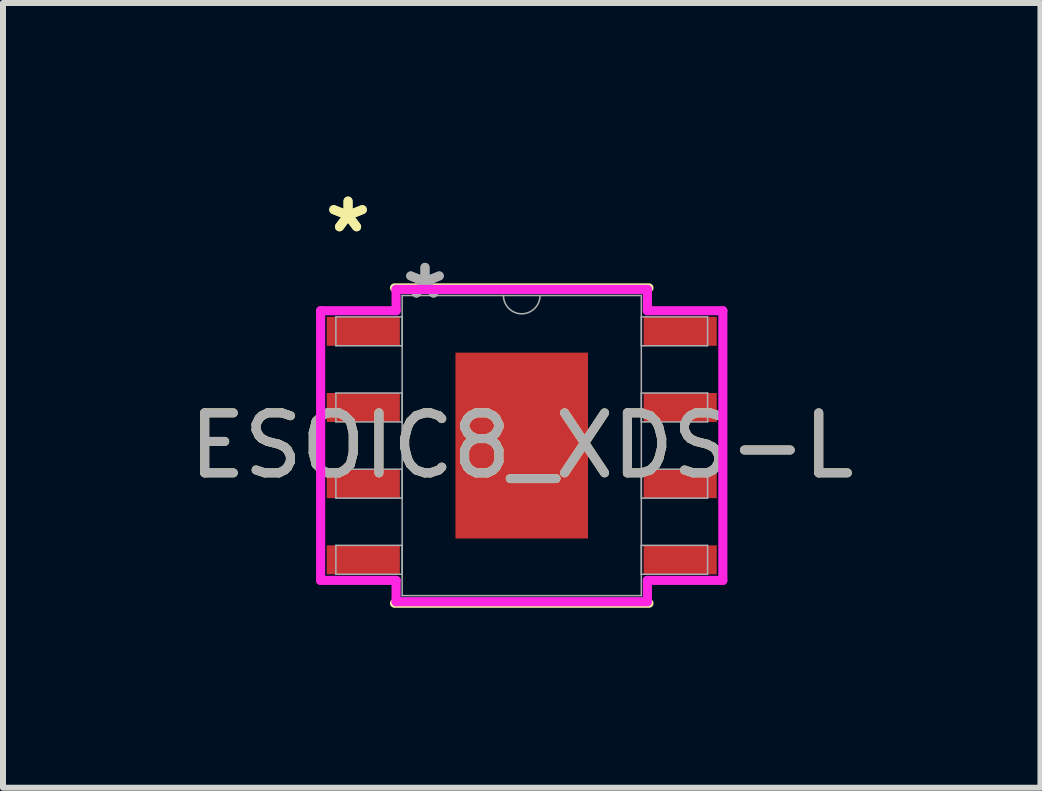
<source format=kicad_pcb>
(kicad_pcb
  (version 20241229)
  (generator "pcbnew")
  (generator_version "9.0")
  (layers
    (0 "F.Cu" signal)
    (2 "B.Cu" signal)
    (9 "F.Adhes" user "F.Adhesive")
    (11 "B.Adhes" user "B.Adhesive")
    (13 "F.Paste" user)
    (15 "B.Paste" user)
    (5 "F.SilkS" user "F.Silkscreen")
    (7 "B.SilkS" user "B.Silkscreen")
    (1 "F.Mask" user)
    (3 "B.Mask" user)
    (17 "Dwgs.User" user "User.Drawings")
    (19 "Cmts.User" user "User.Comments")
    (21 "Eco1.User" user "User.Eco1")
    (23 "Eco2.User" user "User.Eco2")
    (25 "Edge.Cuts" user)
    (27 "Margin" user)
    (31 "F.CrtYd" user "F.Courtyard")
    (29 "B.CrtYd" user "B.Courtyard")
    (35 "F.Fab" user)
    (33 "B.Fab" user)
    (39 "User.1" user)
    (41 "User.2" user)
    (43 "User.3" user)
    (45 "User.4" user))
  (footprint "ESOIC8_XDS-L"
    (layer "F.Cu")
    (at 5.649 4.379)
    (property "Reference" "ESOIC8_XDS-L" (at 0 0 0) (unlocked yes) (layer "F.SilkS") (effects (font (size 1 1) (thickness 0.15))))
    (attr smd)
    (fp_line (start -2.121 2.629) (end 2.121 2.629) (stroke (width 0.152) (type solid)) (layer "F.SilkS"))
    (fp_line (start 2.121 -2.629) (end -2.121 -2.629) (stroke (width 0.152) (type solid)) (layer "F.SilkS"))
    (fp_poly (pts (xy -1.005 -1.449) (xy -1.005 -0.1) (xy 1.005 -0.1) (xy 1.005 -1.449)) (stroke (width 0) (type solid)) (fill yes) (layer "F.Paste"))
    (fp_poly (pts (xy -1.005 0.1) (xy -1.005 1.449) (xy 1.005 1.449) (xy 1.005 0.1)) (stroke (width 0) (type solid)) (fill yes) (layer "F.Paste"))
    (fp_line (start -3.353 -2.248) (end -2.095 -2.248) (stroke (width 0.152) (type solid)) (layer "F.CrtYd"))
    (fp_line (start -3.353 2.248) (end -3.353 -2.248) (stroke (width 0.152) (type solid)) (layer "F.CrtYd"))
    (fp_line (start -3.353 2.248) (end -2.095 2.248) (stroke (width 0.152) (type solid)) (layer "F.CrtYd"))
    (fp_line (start -2.095 -2.603) (end 2.095 -2.603) (stroke (width 0.152) (type solid)) (layer "F.CrtYd"))
    (fp_line (start -2.095 -2.248) (end -2.095 -2.603) (stroke (width 0.152) (type solid)) (layer "F.CrtYd"))
    (fp_line (start -2.095 2.603) (end -2.095 2.248) (stroke (width 0.152) (type solid)) (layer "F.CrtYd"))
    (fp_line (start 2.095 -2.603) (end 2.095 -2.248) (stroke (width 0.152) (type solid)) (layer "F.CrtYd"))
    (fp_line (start 2.095 2.248) (end 2.095 2.603) (stroke (width 0.152) (type solid)) (layer "F.CrtYd"))
    (fp_line (start 2.095 2.603) (end -2.095 2.603) (stroke (width 0.152) (type solid)) (layer "F.CrtYd"))
    (fp_line (start 3.353 -2.248) (end 2.095 -2.248) (stroke (width 0.152) (type solid)) (layer "F.CrtYd"))
    (fp_line (start 3.353 -2.248) (end 3.353 2.248) (stroke (width 0.152) (type solid)) (layer "F.CrtYd"))
    (fp_line (start 3.353 2.248) (end 2.095 2.248) (stroke (width 0.152) (type solid)) (layer "F.CrtYd"))
    (fp_line (start -3.099 -2.146) (end -3.099 -1.664) (stroke (width 0.025) (type solid)) (layer "F.Fab"))
    (fp_line (start -3.099 -1.664) (end -1.994 -1.664) (stroke (width 0.025) (type solid)) (layer "F.Fab"))
    (fp_line (start -3.099 -0.876) (end -3.099 -0.394) (stroke (width 0.025) (type solid)) (layer "F.Fab"))
    (fp_line (start -3.099 -0.394) (end -1.994 -0.394) (stroke (width 0.025) (type solid)) (layer "F.Fab"))
    (fp_line (start -3.099 0.394) (end -3.099 0.876) (stroke (width 0.025) (type solid)) (layer "F.Fab"))
    (fp_line (start -3.099 0.876) (end -1.994 0.876) (stroke (width 0.025) (type solid)) (layer "F.Fab"))
    (fp_line (start -3.099 1.664) (end -3.099 2.146) (stroke (width 0.025) (type solid)) (layer "F.Fab"))
    (fp_line (start -3.099 2.146) (end -1.994 2.146) (stroke (width 0.025) (type solid)) (layer "F.Fab"))
    (fp_line (start -1.994 -2.502) (end -1.994 2.502) (stroke (width 0.025) (type solid)) (layer "F.Fab"))
    (fp_line (start -1.994 -2.146) (end -3.099 -2.146) (stroke (width 0.025) (type solid)) (layer "F.Fab"))
    (fp_line (start -1.994 -1.664) (end -1.994 -2.146) (stroke (width 0.025) (type solid)) (layer "F.Fab"))
    (fp_line (start -1.994 -0.876) (end -3.099 -0.876) (stroke (width 0.025) (type solid)) (layer "F.Fab"))
    (fp_line (start -1.994 -0.394) (end -1.994 -0.876) (stroke (width 0.025) (type solid)) (layer "F.Fab"))
    (fp_line (start -1.994 0.394) (end -3.099 0.394) (stroke (width 0.025) (type solid)) (layer "F.Fab"))
    (fp_line (start -1.994 0.876) (end -1.994 0.394) (stroke (width 0.025) (type solid)) (layer "F.Fab"))
    (fp_line (start -1.994 1.664) (end -3.099 1.664) (stroke (width 0.025) (type solid)) (layer "F.Fab"))
    (fp_line (start -1.994 2.146) (end -1.994 1.664) (stroke (width 0.025) (type solid)) (layer "F.Fab"))
    (fp_line (start -1.994 2.502) (end 1.994 2.502) (stroke (width 0.025) (type solid)) (layer "F.Fab"))
    (fp_line (start 1.994 -2.502) (end -1.994 -2.502) (stroke (width 0.025) (type solid)) (layer "F.Fab"))
    (fp_line (start 1.994 -2.146) (end 1.994 -1.664) (stroke (width 0.025) (type solid)) (layer "F.Fab"))
    (fp_line (start 1.994 -1.664) (end 3.099 -1.664) (stroke (width 0.025) (type solid)) (layer "F.Fab"))
    (fp_line (start 1.994 -0.876) (end 1.994 -0.394) (stroke (width 0.025) (type solid)) (layer "F.Fab"))
    (fp_line (start 1.994 -0.394) (end 3.099 -0.394) (stroke (width 0.025) (type solid)) (layer "F.Fab"))
    (fp_line (start 1.994 0.394) (end 1.994 0.876) (stroke (width 0.025) (type solid)) (layer "F.Fab"))
    (fp_line (start 1.994 0.876) (end 3.099 0.876) (stroke (width 0.025) (type solid)) (layer "F.Fab"))
    (fp_line (start 1.994 1.664) (end 1.994 2.146) (stroke (width 0.025) (type solid)) (layer "F.Fab"))
    (fp_line (start 1.994 2.146) (end 3.099 2.146) (stroke (width 0.025) (type solid)) (layer "F.Fab"))
    (fp_line (start 1.994 2.502) (end 1.994 -2.502) (stroke (width 0.025) (type solid)) (layer "F.Fab"))
    (fp_line (start 3.099 -2.146) (end 1.994 -2.146) (stroke (width 0.025) (type solid)) (layer "F.Fab"))
    (fp_line (start 3.099 -1.664) (end 3.099 -2.146) (stroke (width 0.025) (type solid)) (layer "F.Fab"))
    (fp_line (start 3.099 -0.876) (end 1.994 -0.876) (stroke (width 0.025) (type solid)) (layer "F.Fab"))
    (fp_line (start 3.099 -0.394) (end 3.099 -0.876) (stroke (width 0.025) (type solid)) (layer "F.Fab"))
    (fp_line (start 3.099 0.394) (end 1.994 0.394) (stroke (width 0.025) (type solid)) (layer "F.Fab"))
    (fp_line (start 3.099 0.876) (end 3.099 0.394) (stroke (width 0.025) (type solid)) (layer "F.Fab"))
    (fp_line (start 3.099 1.664) (end 1.994 1.664) (stroke (width 0.025) (type solid)) (layer "F.Fab"))
    (fp_line (start 3.099 2.146) (end 3.099 1.664) (stroke (width 0.025) (type solid)) (layer "F.Fab"))
    (fp_arc (start 0.3048 -2.5019) (mid 0 -2.1971) (end -0.3048 -2.5019) (stroke (width 0.0254) (type solid)) (layer "F.Fab"))
    (fp_text user "*" (at -2.896 -3.531 0) (layer "F.SilkS") (effects (font (size 1 1) (thickness 0.15))))
    (fp_text user "*" (at -2.896 -3.531 0) (unlocked yes) (layer "F.SilkS") (effects (font (size 1 1) (thickness 0.15))))
    (fp_text user "*" (at -1.613 -2.426 0) (unlocked yes) (layer "F.Fab") (effects (font (size 1 1) (thickness 0.15))))
    (fp_text user "*" (at -1.613 -2.426 0) (layer "F.Fab") (effects (font (size 1 1) (thickness 0.15))))
    (fp_text user "${REFERENCE}" (at 0 0 0) (unlocked yes) (layer "F.Fab") (effects (font (size 1 1) (thickness 0.15))))
    (pad "1" smd rect (at -2.642 -1.905) (size 1.219 0.483) (layers "F.Cu" "F.Mask" "F.Paste"))
    (pad "2" smd rect (at -2.642 -0.635) (size 1.219 0.483) (layers "F.Cu" "F.Mask" "F.Paste"))
    (pad "3" smd rect (at -2.642 0.635) (size 1.219 0.483) (layers "F.Cu" "F.Mask" "F.Paste"))
    (pad "4" smd rect (at -2.642 1.905) (size 1.219 0.483) (layers "F.Cu" "F.Mask" "F.Paste"))
    (pad "5" smd rect (at 2.642 1.905) (size 1.219 0.483) (layers "F.Cu" "F.Mask" "F.Paste"))
    (pad "6" smd rect (at 2.642 0.635) (size 1.219 0.483) (layers "F.Cu" "F.Mask" "F.Paste"))
    (pad "7" smd rect (at 2.642 -0.635) (size 1.219 0.483) (layers "F.Cu" "F.Mask" "F.Paste"))
    (pad "8" smd rect (at 2.642 -1.905) (size 1.219 0.483) (layers "F.Cu" "F.Mask" "F.Paste"))
    (pad "EPAD" smd rect (at 0 0) (size 2.21 3.099) (layers "F.Cu" "F.Mask")))
  (gr_rect
    (start -3 -3)
    (end 14.298 10.084)
    (stroke (width 0.1) (type default))
    (fill no)
    (layer "Edge.Cuts")))
</source>
